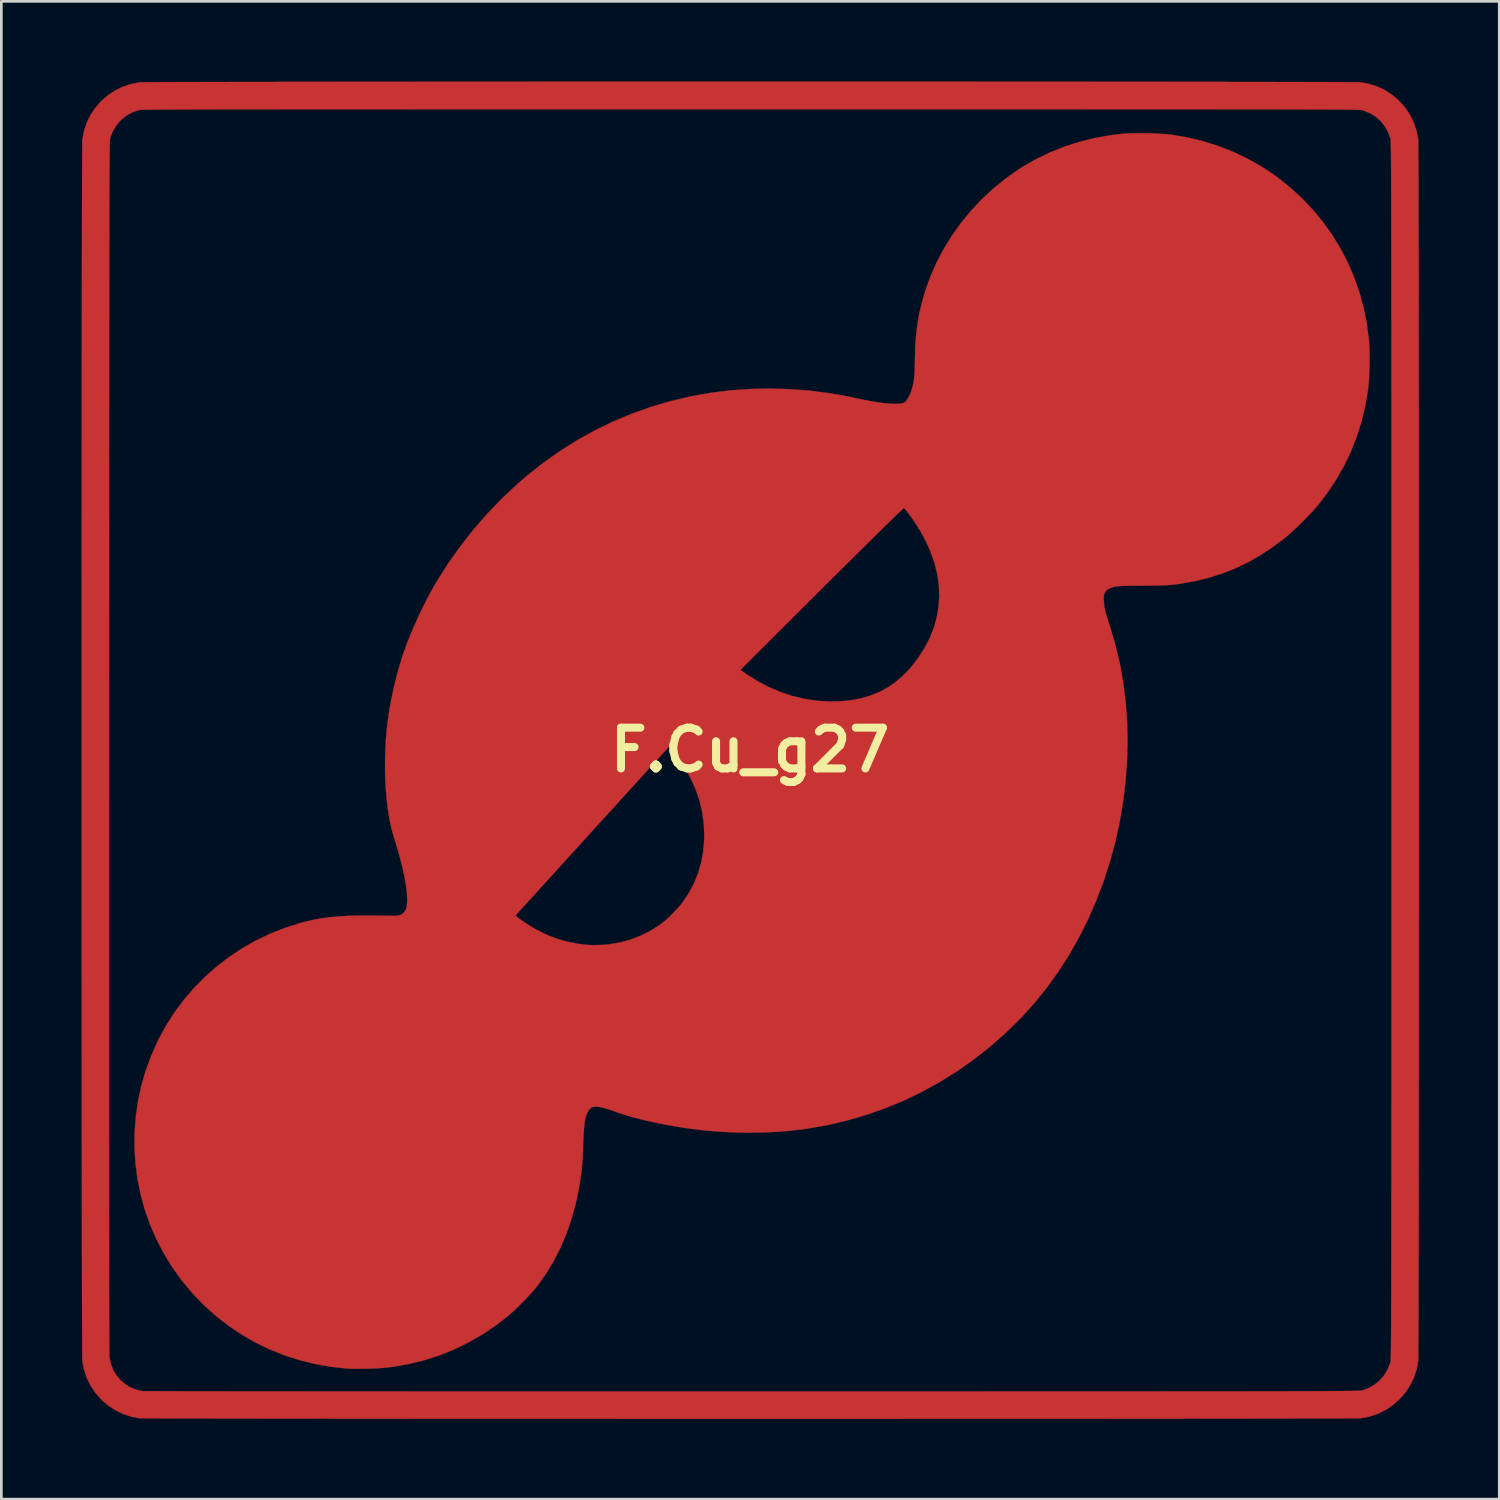
<source format=kicad_pcb>
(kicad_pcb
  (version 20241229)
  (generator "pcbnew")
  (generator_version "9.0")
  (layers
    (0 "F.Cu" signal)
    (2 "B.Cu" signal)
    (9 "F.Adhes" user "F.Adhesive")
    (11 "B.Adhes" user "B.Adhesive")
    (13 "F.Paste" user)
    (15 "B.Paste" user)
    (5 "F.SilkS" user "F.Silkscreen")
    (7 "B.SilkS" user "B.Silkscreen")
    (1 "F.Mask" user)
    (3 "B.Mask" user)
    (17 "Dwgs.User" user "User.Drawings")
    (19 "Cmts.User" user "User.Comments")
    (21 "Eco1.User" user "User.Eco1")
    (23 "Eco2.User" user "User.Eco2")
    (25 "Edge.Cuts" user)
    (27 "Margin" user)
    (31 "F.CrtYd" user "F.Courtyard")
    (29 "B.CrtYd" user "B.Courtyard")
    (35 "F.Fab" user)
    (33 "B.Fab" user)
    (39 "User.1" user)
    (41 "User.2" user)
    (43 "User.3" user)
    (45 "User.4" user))
  (footprint "F.Cu_g27"
    (layer "F.Cu")
    (at 25.004 25.004)
    (property "Reference" "F.Cu_g27" (at 0 0 0) (layer "F.SilkS") (effects (font (size 1.524 1.524) (thickness 0.3))))
    (attr through_hole)
    (fp_poly (pts (xy 14.667 -23.069) (xy 14.88 -23.066) (xy 15.09 -23.061) (xy 15.29 -23.053) (xy 15.472 -23.043) (xy 15.626 -23.031) (xy 15.727 -23.02) (xy 16.331 -22.919) (xy 16.919 -22.779) (xy 17.492 -22.601) (xy 18.046 -22.387) (xy 18.58 -22.135) (xy 19.094 -21.848) (xy 19.585 -21.526) (xy 19.763 -21.396) (xy 20.235 -21.016) (xy 20.675 -20.609) (xy 21.082 -20.176) (xy 21.456 -19.718) (xy 21.796 -19.238) (xy 22.101 -18.735) (xy 22.37 -18.212) (xy 22.602 -17.671) (xy 22.797 -17.112) (xy 22.954 -16.536) (xy 23.072 -15.947) (xy 23.151 -15.343) (xy 23.158 -15.263) (xy 23.168 -15.105) (xy 23.174 -14.914) (xy 23.176 -14.7) (xy 23.174 -14.474) (xy 23.168 -14.243) (xy 23.159 -14.017) (xy 23.148 -13.806) (xy 23.133 -13.619) (xy 23.116 -13.473) (xy 23.014 -12.869) (xy 22.874 -12.285) (xy 22.696 -11.72) (xy 22.48 -11.172) (xy 22.226 -10.64) (xy 21.932 -10.124) (xy 21.598 -9.622) (xy 21.297 -9.223) (xy 21.179 -9.082) (xy 21.036 -8.923) (xy 20.875 -8.751) (xy 20.703 -8.575) (xy 20.528 -8.401) (xy 20.356 -8.238) (xy 20.194 -8.091) (xy 20.051 -7.968) (xy 20.024 -7.946) (xy 19.565 -7.601) (xy 19.105 -7.295) (xy 18.638 -7.029) (xy 18.162 -6.799) (xy 17.672 -6.605) (xy 17.165 -6.445) (xy 16.634 -6.316) (xy 16.078 -6.218) (xy 15.864 -6.188) (xy 15.776 -6.179) (xy 15.675 -6.171) (xy 15.557 -6.164) (xy 15.416 -6.159) (xy 15.25 -6.155) (xy 15.052 -6.152) (xy 14.819 -6.149) (xy 14.69 -6.148) (xy 14.45 -6.147) (xy 14.249 -6.145) (xy 14.081 -6.142) (xy 13.943 -6.137) (xy 13.83 -6.131) (xy 13.738 -6.123) (xy 13.663 -6.113) (xy 13.6 -6.1) (xy 13.546 -6.083) (xy 13.496 -6.063) (xy 13.445 -6.04) (xy 13.441 -6.038) (xy 13.363 -5.992) (xy 13.311 -5.942) (xy 13.275 -5.884) (xy 13.253 -5.837) (xy 13.239 -5.794) (xy 13.233 -5.742) (xy 13.232 -5.67) (xy 13.237 -5.567) (xy 13.237 -5.567) (xy 13.243 -5.476) (xy 13.253 -5.387) (xy 13.269 -5.293) (xy 13.292 -5.19) (xy 13.324 -5.07) (xy 13.366 -4.928) (xy 13.419 -4.758) (xy 13.482 -4.561) (xy 13.678 -3.896) (xy 13.839 -3.21) (xy 13.964 -2.505) (xy 14.053 -1.785) (xy 14.105 -1.051) (xy 14.122 -0.306) (xy 14.102 0.447) (xy 14.045 1.206) (xy 13.957 1.926) (xy 13.827 2.698) (xy 13.66 3.458) (xy 13.457 4.204) (xy 13.219 4.934) (xy 12.947 5.647) (xy 12.642 6.34) (xy 12.305 7.012) (xy 11.937 7.661) (xy 11.538 8.284) (xy 11.11 8.881) (xy 10.653 9.449) (xy 10.169 9.986) (xy 10.095 10.062) (xy 9.538 10.605) (xy 8.958 11.114) (xy 8.356 11.587) (xy 7.733 12.024) (xy 7.089 12.424) (xy 6.427 12.788) (xy 5.747 13.115) (xy 5.05 13.403) (xy 4.337 13.653) (xy 3.61 13.864) (xy 2.87 14.036) (xy 2.117 14.167) (xy 1.492 14.244) (xy 1.012 14.283) (xy 0.503 14.306) (xy -0.022 14.314) (xy -0.554 14.305) (xy -1.081 14.281) (xy -1.593 14.241) (xy -1.662 14.234) (xy -2.048 14.19) (xy -2.444 14.135) (xy -2.842 14.071) (xy -3.237 13.999) (xy -3.621 13.921) (xy -3.99 13.837) (xy -4.336 13.749) (xy -4.653 13.658) (xy -4.936 13.566) (xy -4.99 13.546) (xy -5.211 13.468) (xy -5.397 13.409) (xy -5.553 13.368) (xy -5.682 13.345) (xy -5.787 13.339) (xy -5.872 13.352) (xy -5.941 13.381) (xy -5.996 13.428) (xy -6.034 13.479) (xy -6.076 13.551) (xy -6.111 13.628) (xy -6.14 13.715) (xy -6.165 13.816) (xy -6.186 13.935) (xy -6.202 14.077) (xy -6.216 14.246) (xy -6.228 14.446) (xy -6.238 14.681) (xy -6.244 14.848) (xy -6.254 15.103) (xy -6.266 15.339) (xy -6.281 15.548) (xy -6.297 15.726) (xy -6.307 15.812) (xy -6.405 16.432) (xy -6.532 17.022) (xy -6.689 17.585) (xy -6.877 18.121) (xy -7.095 18.631) (xy -7.345 19.119) (xy -7.627 19.584) (xy -7.943 20.028) (xy -7.972 20.066) (xy -8.064 20.179) (xy -8.182 20.313) (xy -8.318 20.461) (xy -8.465 20.614) (xy -8.616 20.766) (xy -8.764 20.911) (xy -8.903 21.04) (xy -9.024 21.146) (xy -9.028 21.149) (xy -9.507 21.523) (xy -10.006 21.859) (xy -10.524 22.158) (xy -11.059 22.419) (xy -11.611 22.641) (xy -12.178 22.824) (xy -12.759 22.967) (xy -13.352 23.071) (xy -13.622 23.104) (xy -13.783 23.118) (xy -13.972 23.129) (xy -14.179 23.138) (xy -14.393 23.144) (xy -14.604 23.146) (xy -14.802 23.145) (xy -14.975 23.141) (xy -15.081 23.135) (xy -15.686 23.07) (xy -16.279 22.965) (xy -16.858 22.821) (xy -17.422 22.639) (xy -17.97 22.419) (xy -18.499 22.163) (xy -19.008 21.871) (xy -19.496 21.544) (xy -19.961 21.183) (xy -20.402 20.789) (xy -20.817 20.362) (xy -21.206 19.903) (xy -21.318 19.758) (xy -21.658 19.273) (xy -21.961 18.77) (xy -22.226 18.25) (xy -22.454 17.717) (xy -22.644 17.171) (xy -22.796 16.614) (xy -22.91 16.05) (xy -22.985 15.48) (xy -23.022 14.906) (xy -23.02 14.33) (xy -22.979 13.754) (xy -22.899 13.18) (xy -22.78 12.611) (xy -22.621 12.048) (xy -22.422 11.493) (xy -22.184 10.949) (xy -22.119 10.816) (xy -21.837 10.299) (xy -21.52 9.805) (xy -21.171 9.337) (xy -20.791 8.895) (xy -20.382 8.482) (xy -19.945 8.097) (xy -19.483 7.743) (xy -18.997 7.421) (xy -18.489 7.132) (xy -17.961 6.878) (xy -17.413 6.661) (xy -16.848 6.48) (xy -16.605 6.416) (xy -16.365 6.36) (xy -16.121 6.313) (xy -15.869 6.274) (xy -15.604 6.243) (xy -15.322 6.22) (xy -15.018 6.203) (xy -14.69 6.194) (xy -14.331 6.191) (xy -13.938 6.195) (xy -13.6 6.202) (xy -13.429 6.205) (xy -13.295 6.203) (xy -13.191 6.195) (xy -13.153 6.188) (xy -8.771 6.188) (xy -8.688 6.261) (xy -8.61 6.322) (xy -8.504 6.398) (xy -8.379 6.483) (xy -8.243 6.57) (xy -8.105 6.654) (xy -7.975 6.729) (xy -7.878 6.781) (xy -7.533 6.942) (xy -7.189 7.071) (xy -6.835 7.171) (xy -6.462 7.244) (xy -6.117 7.288) (xy -5.99 7.296) (xy -5.834 7.299) (xy -5.663 7.296) (xy -5.492 7.288) (xy -5.333 7.276) (xy -5.283 7.271) (xy -4.877 7.203) (xy -4.483 7.097) (xy -4.104 6.953) (xy -3.744 6.775) (xy -3.406 6.562) (xy -3.195 6.402) (xy -3.092 6.311) (xy -2.972 6.198) (xy -2.847 6.071) (xy -2.724 5.94) (xy -2.614 5.815) (xy -2.526 5.707) (xy -2.517 5.694) (xy -2.286 5.348) (xy -2.094 4.985) (xy -1.94 4.605) (xy -1.825 4.209) (xy -1.749 3.797) (xy -1.713 3.37) (xy -1.709 3.196) (xy -1.729 2.749) (xy -1.789 2.313) (xy -1.891 1.888) (xy -2.033 1.473) (xy -2.191 1.119) (xy -2.299 0.91) (xy -2.404 0.723) (xy -2.516 0.546) (xy -2.64 0.369) (xy -2.784 0.18) (xy -2.871 0.071) (xy -3.028 -0.122) (xy -3.14 -0.003) (xy -3.166 0.025) (xy -3.218 0.082) (xy -3.297 0.168) (xy -3.399 0.28) (xy -3.524 0.417) (xy -3.67 0.577) (xy -3.836 0.76) (xy -4.02 0.962) (xy -4.221 1.183) (xy -4.438 1.421) (xy -4.669 1.675) (xy -4.912 1.943) (xy -5.167 2.223) (xy -5.431 2.513) (xy -5.703 2.813) (xy -5.983 3.12) (xy -6.012 3.152) (xy -8.771 6.188) (xy -13.153 6.188) (xy -13.11 6.18) (xy -13.046 6.155) (xy -12.994 6.121) (xy -12.946 6.076) (xy -12.935 6.063) (xy -12.888 5.998) (xy -12.855 5.922) (xy -12.835 5.825) (xy -12.825 5.702) (xy -12.823 5.577) (xy -12.835 5.333) (xy -12.869 5.053) (xy -12.925 4.738) (xy -13.002 4.388) (xy -13.1 4.004) (xy -13.22 3.586) (xy -13.325 3.247) (xy -13.411 2.936) (xy -13.485 2.59) (xy -13.546 2.213) (xy -13.593 1.812) (xy -13.627 1.39) (xy -13.647 0.954) (xy -13.652 0.507) (xy -13.643 0.057) (xy -13.619 -0.394) (xy -13.58 -0.839) (xy -13.578 -0.857) (xy -13.514 -1.342) (xy -13.427 -1.846) (xy -13.318 -2.358) (xy -13.192 -2.865) (xy -13.154 -2.995) (xy -0.36 -2.995) (xy -0.116 -2.826) (xy 0.285 -2.572) (xy 0.703 -2.353) (xy 1.135 -2.17) (xy 1.579 -2.023) (xy 2.03 -1.914) (xy 2.485 -1.844) (xy 2.941 -1.813) (xy 3.395 -1.822) (xy 3.721 -1.854) (xy 4.116 -1.924) (xy 4.486 -2.028) (xy 4.831 -2.166) (xy 5.154 -2.339) (xy 5.457 -2.549) (xy 5.741 -2.795) (xy 6.007 -3.078) (xy 6.026 -3.101) (xy 6.299 -3.454) (xy 6.532 -3.817) (xy 6.724 -4.189) (xy 6.875 -4.568) (xy 6.985 -4.954) (xy 7.053 -5.347) (xy 7.081 -5.745) (xy 7.066 -6.147) (xy 7.009 -6.554) (xy 6.993 -6.634) (xy 6.893 -7.02) (xy 6.755 -7.411) (xy 6.582 -7.801) (xy 6.376 -8.185) (xy 6.143 -8.551) (xy 6.059 -8.671) (xy 5.978 -8.783) (xy 5.904 -8.881) (xy 5.84 -8.961) (xy 5.791 -9.018) (xy 5.761 -9.046) (xy 5.755 -9.049) (xy 5.735 -9.034) (xy 5.686 -8.99) (xy 5.609 -8.918) (xy 5.505 -8.818) (xy 5.375 -8.693) (xy 5.219 -8.541) (xy 5.039 -8.365) (xy 4.836 -8.166) (xy 4.61 -7.943) (xy 4.363 -7.699) (xy 4.095 -7.434) (xy 3.807 -7.149) (xy 3.5 -6.844) (xy 3.175 -6.522) (xy 2.833 -6.182) (xy 2.476 -5.825) (xy 2.102 -5.453) (xy 1.792 -5.143) (xy -0.36 -2.995) (xy -13.154 -2.995) (xy -13.051 -3.354) (xy -12.952 -3.655) (xy -12.832 -3.985) (xy -12.691 -4.338) (xy -12.534 -4.704) (xy -12.366 -5.074) (xy -12.19 -5.437) (xy -12.011 -5.784) (xy -11.835 -6.104) (xy -11.747 -6.255) (xy -11.316 -6.938) (xy -10.849 -7.599) (xy -10.351 -8.234) (xy -9.822 -8.842) (xy -9.264 -9.421) (xy -8.679 -9.968) (xy -8.34 -10.26) (xy -7.734 -10.74) (xy -7.106 -11.184) (xy -6.459 -11.59) (xy -5.793 -11.959) (xy -5.109 -12.29) (xy -4.409 -12.583) (xy -3.693 -12.837) (xy -2.963 -13.052) (xy -2.22 -13.227) (xy -1.464 -13.361) (xy -0.751 -13.45) (xy -0.02 -13.503) (xy 0.722 -13.519) (xy 1.468 -13.499) (xy 2.211 -13.443) (xy 2.945 -13.351) (xy 3.663 -13.223) (xy 3.885 -13.176) (xy 4.223 -13.104) (xy 4.534 -13.045) (xy 4.815 -13) (xy 5.066 -12.968) (xy 5.285 -12.95) (xy 5.47 -12.945) (xy 5.62 -12.954) (xy 5.732 -12.977) (xy 5.778 -12.996) (xy 5.826 -13.038) (xy 5.881 -13.111) (xy 5.938 -13.206) (xy 5.99 -13.315) (xy 6.034 -13.427) (xy 6.04 -13.445) (xy 6.074 -13.559) (xy 6.101 -13.667) (xy 6.122 -13.778) (xy 6.139 -13.897) (xy 6.151 -14.031) (xy 6.16 -14.187) (xy 6.166 -14.372) (xy 6.17 -14.591) (xy 6.17 -14.605) (xy 6.178 -14.959) (xy 6.194 -15.28) (xy 6.219 -15.577) (xy 6.253 -15.86) (xy 6.298 -16.138) (xy 6.354 -16.42) (xy 6.404 -16.634) (xy 6.558 -17.183) (xy 6.753 -17.721) (xy 6.985 -18.246) (xy 7.255 -18.755) (xy 7.559 -19.247) (xy 7.896 -19.719) (xy 8.266 -20.168) (xy 8.665 -20.594) (xy 9.093 -20.993) (xy 9.548 -21.364) (xy 10.028 -21.703) (xy 10.202 -21.815) (xy 10.698 -22.099) (xy 11.217 -22.35) (xy 11.756 -22.565) (xy 12.312 -22.745) (xy 12.882 -22.888) (xy 13.461 -22.993) (xy 13.966 -23.052) (xy 14.102 -23.061) (xy 14.27 -23.066) (xy 14.461 -23.069) (xy 14.667 -23.069)) (stroke (width 0.01) (type solid)) (fill yes) (layer "F.Cu"))
    (fp_poly (pts (xy 0.975 -24.999) (xy 1.828 -24.999) (xy 2.678 -24.999) (xy 3.525 -24.999) (xy 4.368 -24.999) (xy 5.205 -24.999) (xy 6.036 -24.999) (xy 6.859 -24.998) (xy 7.674 -24.998) (xy 8.479 -24.998) (xy 9.273 -24.997) (xy 10.055 -24.997) (xy 10.825 -24.997) (xy 11.58 -24.996) (xy 12.32 -24.996) (xy 13.045 -24.995) (xy 13.752 -24.995) (xy 14.441 -24.994) (xy 15.111 -24.994) (xy 15.761 -24.993) (xy 16.389 -24.992) (xy 16.994 -24.992) (xy 17.577 -24.991) (xy 18.134 -24.99) (xy 18.666 -24.989) (xy 19.172 -24.989) (xy 19.649 -24.988) (xy 20.098 -24.987) (xy 20.517 -24.986) (xy 20.905 -24.985) (xy 21.261 -24.984) (xy 21.584 -24.983) (xy 21.873 -24.982) (xy 22.127 -24.981) (xy 22.344 -24.98) (xy 22.524 -24.979) (xy 22.666 -24.978) (xy 22.768 -24.977) (xy 22.83 -24.975) (xy 22.849 -24.974) (xy 23.166 -24.915) (xy 23.469 -24.815) (xy 23.755 -24.678) (xy 24.023 -24.502) (xy 24.27 -24.291) (xy 24.292 -24.269) (xy 24.504 -24.028) (xy 24.682 -23.765) (xy 24.823 -23.481) (xy 24.927 -23.18) (xy 24.991 -22.865) (xy 24.996 -22.828) (xy 24.997 -22.797) (xy 24.998 -22.725) (xy 24.999 -22.612) (xy 25 -22.46) (xy 25.001 -22.27) (xy 25.002 -22.043) (xy 25.004 -21.78) (xy 25.005 -21.482) (xy 25.006 -21.151) (xy 25.006 -20.786) (xy 25.007 -20.39) (xy 25.008 -19.963) (xy 25.009 -19.507) (xy 25.01 -19.022) (xy 25.011 -18.51) (xy 25.012 -17.971) (xy 25.012 -17.407) (xy 25.013 -16.818) (xy 25.014 -16.207) (xy 25.014 -15.573) (xy 25.015 -14.918) (xy 25.015 -14.243) (xy 25.016 -13.549) (xy 25.017 -12.837) (xy 25.017 -12.109) (xy 25.017 -11.364) (xy 25.018 -10.605) (xy 25.018 -9.832) (xy 25.019 -9.047) (xy 25.019 -8.25) (xy 25.019 -7.442) (xy 25.02 -6.625) (xy 25.02 -5.8) (xy 25.02 -4.968) (xy 25.02 -4.129) (xy 25.02 -3.285) (xy 25.02 -2.437) (xy 25.02 -1.586) (xy 25.02 -0.733) (xy 25.02 0.121) (xy 25.02 0.975) (xy 25.02 1.828) (xy 25.02 2.678) (xy 25.02 3.525) (xy 25.02 4.368) (xy 25.02 5.205) (xy 25.02 6.036) (xy 25.019 6.859) (xy 25.019 7.674) (xy 25.019 8.479) (xy 25.019 9.273) (xy 25.018 10.055) (xy 25.018 10.825) (xy 25.017 11.58) (xy 25.017 12.32) (xy 25.016 13.045) (xy 25.016 13.752) (xy 25.015 14.441) (xy 25.015 15.111) (xy 25.014 15.761) (xy 25.013 16.389) (xy 25.013 16.994) (xy 25.012 17.577) (xy 25.011 18.134) (xy 25.011 18.666) (xy 25.01 19.172) (xy 25.009 19.649) (xy 25.008 20.098) (xy 25.007 20.517) (xy 25.006 20.905) (xy 25.005 21.261) (xy 25.004 21.584) (xy 25.003 21.873) (xy 25.002 22.127) (xy 25.001 22.344) (xy 25 22.524) (xy 24.999 22.666) (xy 24.998 22.768) (xy 24.996 22.83) (xy 24.996 22.849) (xy 24.936 23.166) (xy 24.837 23.468) (xy 24.699 23.753) (xy 24.524 24.02) (xy 24.313 24.266) (xy 24.29 24.29) (xy 24.046 24.504) (xy 23.781 24.683) (xy 23.497 24.825) (xy 23.197 24.928) (xy 22.882 24.991) (xy 22.849 24.996) (xy 22.82 24.997) (xy 22.748 24.998) (xy 22.637 24.999) (xy 22.487 25) (xy 22.298 25.001) (xy 22.073 25.002) (xy 21.811 25.002) (xy 21.515 25.003) (xy 21.184 25.004) (xy 20.821 25.005) (xy 20.426 25.006) (xy 20.001 25.007) (xy 19.546 25.007) (xy 19.062 25.008) (xy 18.551 25.009) (xy 18.014 25.009) (xy 17.451 25.01) (xy 16.863 25.011) (xy 16.253 25.011) (xy 15.62 25.012) (xy 14.966 25.012) (xy 14.293 25.013) (xy 13.6 25.013) (xy 12.889 25.014) (xy 12.161 25.014) (xy 11.418 25.014) (xy 10.659 25.015) (xy 9.887 25.015) (xy 9.103 25.015) (xy 8.307 25.016) (xy 7.5 25.016) (xy 6.684 25.016) (xy 5.859 25.016) (xy 5.027 25.017) (xy 4.189 25.017) (xy 3.345 25.017) (xy 2.498 25.017) (xy 1.647 25.017) (xy 0.794 25.017) (xy -0.06 25.017) (xy -0.914 25.017) (xy -1.766 25.017) (xy -2.617 25.017) (xy -3.464 25.017) (xy -4.307 25.017) (xy -5.144 25.016) (xy -5.975 25.016) (xy -6.799 25.016) (xy -7.613 25.016) (xy -8.419 25.016) (xy -9.213 25.015) (xy -9.996 25.015) (xy -10.767 25.015) (xy -11.523 25.014) (xy -12.264 25.014) (xy -12.99 25.013) (xy -13.698 25.013) (xy -14.388 25.012) (xy -15.059 25.012) (xy -15.71 25.011) (xy -16.34 25.011) (xy -16.947 25.01) (xy -17.531 25.01) (xy -18.09 25.009) (xy -18.624 25.008) (xy -19.132 25.008) (xy -19.611 25.007) (xy -20.062 25.006) (xy -20.484 25.005) (xy -20.874 25.005) (xy -21.233 25.004) (xy -21.558 25.003) (xy -21.85 25.002) (xy -22.106 25.001) (xy -22.327 25) (xy -22.51 24.999) (xy -22.655 24.998) (xy -22.761 24.997) (xy -22.826 24.996) (xy -22.849 24.995) (xy -23.147 24.937) (xy -23.438 24.84) (xy -23.718 24.706) (xy -23.979 24.539) (xy -24.217 24.342) (xy -24.269 24.291) (xy -24.484 24.046) (xy -24.663 23.78) (xy -24.804 23.496) (xy -24.907 23.195) (xy -24.97 22.88) (xy -24.974 22.849) (xy -24.976 22.818) (xy -24.977 22.746) (xy -24.978 22.633) (xy -24.979 22.481) (xy -24.98 22.291) (xy -24.981 22.064) (xy -24.982 21.801) (xy -24.983 21.504) (xy -24.984 21.172) (xy -24.985 20.808) (xy -24.986 20.411) (xy -24.987 19.985) (xy -24.988 19.528) (xy -24.989 19.043) (xy -24.99 18.531) (xy -24.99 17.992) (xy -24.991 17.428) (xy -24.992 16.84) (xy -24.992 16.228) (xy -24.993 15.594) (xy -24.994 14.939) (xy -24.994 14.264) (xy -24.995 13.57) (xy -24.995 12.859) (xy -24.996 12.13) (xy -24.996 11.386) (xy -24.997 10.626) (xy -24.997 9.853) (xy -24.997 9.068) (xy -24.998 8.58) (xy -23.978 8.58) (xy -23.978 9.652) (xy -23.978 10.682) (xy -23.978 11.67) (xy -23.978 12.615) (xy -23.978 13.518) (xy -23.978 14.379) (xy -23.977 15.197) (xy -23.977 15.974) (xy -23.977 16.708) (xy -23.976 17.4) (xy -23.976 18.049) (xy -23.975 18.656) (xy -23.974 19.221) (xy -23.974 19.744) (xy -23.973 20.224) (xy -23.972 20.662) (xy -23.971 21.058) (xy -23.97 21.412) (xy -23.969 21.723) (xy -23.968 21.992) (xy -23.967 22.219) (xy -23.966 22.403) (xy -23.965 22.545) (xy -23.964 22.644) (xy -23.963 22.702) (xy -23.962 22.716) (xy -23.91 22.957) (xy -23.823 23.181) (xy -23.702 23.385) (xy -23.552 23.565) (xy -23.375 23.718) (xy -23.175 23.841) (xy -22.955 23.93) (xy -22.736 23.98) (xy -22.71 23.981) (xy -22.642 23.982) (xy -22.534 23.983) (xy -22.386 23.983) (xy -22.199 23.984) (xy -21.974 23.985) (xy -21.712 23.985) (xy -21.414 23.986) (xy -21.081 23.987) (xy -20.713 23.987) (xy -20.311 23.988) (xy -19.877 23.988) (xy -19.41 23.989) (xy -18.913 23.99) (xy -18.386 23.99) (xy -17.829 23.991) (xy -17.244 23.991) (xy -16.632 23.991) (xy -15.992 23.992) (xy -15.328 23.992) (xy -14.638 23.993) (xy -13.924 23.993) (xy -13.187 23.993) (xy -12.427 23.994) (xy -11.647 23.994) (xy -10.845 23.994) (xy -10.024 23.994) (xy -9.184 23.995) (xy -8.327 23.995) (xy -7.452 23.995) (xy -6.561 23.995) (xy -5.655 23.995) (xy -4.734 23.995) (xy -3.799 23.995) (xy -2.852 23.995) (xy -1.893 23.995) (xy -0.924 23.995) (xy 0.056 23.995) (xy 0.085 23.995) (xy 1.265 23.995) (xy 2.404 23.995) (xy 3.503 23.994) (xy 4.561 23.994) (xy 5.58 23.994) (xy 6.56 23.994) (xy 7.502 23.994) (xy 8.408 23.994) (xy 9.277 23.993) (xy 10.11 23.993) (xy 10.909 23.993) (xy 11.673 23.993) (xy 12.404 23.993) (xy 13.103 23.992) (xy 13.769 23.992) (xy 14.405 23.992) (xy 15.01 23.992) (xy 15.586 23.991) (xy 16.132 23.991) (xy 16.651 23.991) (xy 17.142 23.99) (xy 17.607 23.99) (xy 18.046 23.989) (xy 18.459 23.989) (xy 18.849 23.988) (xy 19.214 23.988) (xy 19.557 23.987) (xy 19.878 23.987) (xy 20.177 23.986) (xy 20.456 23.985) (xy 20.715 23.985) (xy 20.955 23.984) (xy 21.176 23.983) (xy 21.38 23.982) (xy 21.567 23.981) (xy 21.738 23.98) (xy 21.893 23.979) (xy 22.034 23.978) (xy 22.161 23.977) (xy 22.275 23.976) (xy 22.376 23.975) (xy 22.466 23.974) (xy 22.545 23.973) (xy 22.614 23.971) (xy 22.673 23.97) (xy 22.724 23.969) (xy 22.767 23.967) (xy 22.803 23.965) (xy 22.832 23.964) (xy 22.856 23.962) (xy 22.875 23.96) (xy 22.889 23.959) (xy 22.901 23.957) (xy 22.909 23.955) (xy 22.913 23.954) (xy 23.154 23.86) (xy 23.37 23.734) (xy 23.56 23.577) (xy 23.719 23.391) (xy 23.847 23.18) (xy 23.941 22.945) (xy 23.954 22.902) (xy 23.956 22.894) (xy 23.958 22.884) (xy 23.96 22.871) (xy 23.962 22.854) (xy 23.963 22.833) (xy 23.965 22.806) (xy 23.967 22.774) (xy 23.968 22.735) (xy 23.97 22.689) (xy 23.971 22.634) (xy 23.972 22.571) (xy 23.974 22.498) (xy 23.975 22.414) (xy 23.976 22.32) (xy 23.977 22.213) (xy 23.978 22.094) (xy 23.979 21.962) (xy 23.98 21.815) (xy 23.981 21.654) (xy 23.982 21.477) (xy 23.983 21.283) (xy 23.984 21.073) (xy 23.984 20.844) (xy 23.985 20.597) (xy 23.986 20.33) (xy 23.986 20.044) (xy 23.987 19.736) (xy 23.987 19.407) (xy 23.988 19.056) (xy 23.988 18.681) (xy 23.989 18.283) (xy 23.989 17.859) (xy 23.99 17.411) (xy 23.99 16.936) (xy 23.99 16.435) (xy 23.991 15.906) (xy 23.991 15.349) (xy 23.991 14.762) (xy 23.991 14.146) (xy 23.991 13.499) (xy 23.992 12.82) (xy 23.992 12.11) (xy 23.992 11.367) (xy 23.992 10.59) (xy 23.992 9.779) (xy 23.992 8.932) (xy 23.992 8.05) (xy 23.992 7.131) (xy 23.992 6.175) (xy 23.992 5.181) (xy 23.992 4.148) (xy 23.992 3.076) (xy 23.992 1.963) (xy 23.992 0.809) (xy 23.992 0.011) (xy 23.992 -1.171) (xy 23.992 -2.312) (xy 23.992 -3.411) (xy 23.992 -4.471) (xy 23.992 -5.491) (xy 23.992 -6.473) (xy 23.992 -7.416) (xy 23.992 -8.323) (xy 23.992 -9.193) (xy 23.992 -10.028) (xy 23.992 -10.828) (xy 23.992 -11.593) (xy 23.992 -12.326) (xy 23.992 -13.026) (xy 23.991 -13.694) (xy 23.991 -14.33) (xy 23.991 -14.937) (xy 23.991 -15.514) (xy 23.99 -16.062) (xy 23.99 -16.582) (xy 23.99 -17.074) (xy 23.99 -17.54) (xy 23.989 -17.98) (xy 23.989 -18.395) (xy 23.988 -18.786) (xy 23.988 -19.153) (xy 23.987 -19.497) (xy 23.987 -19.819) (xy 23.986 -20.119) (xy 23.985 -20.399) (xy 23.985 -20.659) (xy 23.984 -20.9) (xy 23.983 -21.123) (xy 23.983 -21.327) (xy 23.982 -21.516) (xy 23.981 -21.687) (xy 23.98 -21.844) (xy 23.979 -21.986) (xy 23.978 -22.114) (xy 23.977 -22.229) (xy 23.976 -22.331) (xy 23.974 -22.422) (xy 23.973 -22.502) (xy 23.972 -22.572) (xy 23.97 -22.632) (xy 23.969 -22.684) (xy 23.968 -22.728) (xy 23.966 -22.764) (xy 23.964 -22.794) (xy 23.963 -22.819) (xy 23.961 -22.839) (xy 23.959 -22.854) (xy 23.957 -22.866) (xy 23.955 -22.876) (xy 23.954 -22.881) (xy 23.866 -23.119) (xy 23.744 -23.335) (xy 23.59 -23.525) (xy 23.407 -23.686) (xy 23.198 -23.817) (xy 22.965 -23.914) (xy 22.902 -23.933) (xy 22.894 -23.935) (xy 22.884 -23.937) (xy 22.871 -23.939) (xy 22.854 -23.94) (xy 22.833 -23.942) (xy 22.806 -23.944) (xy 22.774 -23.945) (xy 22.735 -23.947) (xy 22.689 -23.948) (xy 22.634 -23.95) (xy 22.571 -23.951) (xy 22.498 -23.952) (xy 22.414 -23.954) (xy 22.32 -23.955) (xy 22.213 -23.956) (xy 22.094 -23.957) (xy 21.962 -23.958) (xy 21.815 -23.959) (xy 21.654 -23.96) (xy 21.477 -23.961) (xy 21.283 -23.962) (xy 21.073 -23.962) (xy 20.844 -23.963) (xy 20.597 -23.964) (xy 20.33 -23.965) (xy 20.044 -23.965) (xy 19.736 -23.966) (xy 19.407 -23.966) (xy 19.056 -23.967) (xy 18.681 -23.967) (xy 18.283 -23.968) (xy 17.859 -23.968) (xy 17.411 -23.968) (xy 16.936 -23.969) (xy 16.435 -23.969) (xy 15.906 -23.969) (xy 15.349 -23.97) (xy 14.762 -23.97) (xy 14.146 -23.97) (xy 13.499 -23.97) (xy 12.82 -23.97) (xy 12.11 -23.971) (xy 11.367 -23.971) (xy 10.59 -23.971) (xy 9.779 -23.971) (xy 8.932 -23.971) (xy 8.05 -23.971) (xy 7.131 -23.971) (xy 6.175 -23.971) (xy 5.181 -23.971) (xy 4.148 -23.971) (xy 3.076 -23.971) (xy 1.963 -23.971) (xy 0.809 -23.971) (xy 0.011 -23.971) (xy -1.171 -23.971) (xy -2.312 -23.971) (xy -3.411 -23.971) (xy -4.47 -23.971) (xy -5.49 -23.971) (xy -6.472 -23.971) (xy -7.415 -23.971) (xy -8.322 -23.971) (xy -9.192 -23.971) (xy -10.026 -23.971) (xy -10.826 -23.971) (xy -11.592 -23.971) (xy -12.324 -23.971) (xy -13.024 -23.97) (xy -13.691 -23.97) (xy -14.328 -23.97) (xy -14.935 -23.97) (xy -15.511 -23.97) (xy -16.059 -23.969) (xy -16.579 -23.969) (xy -17.071 -23.969) (xy -17.537 -23.968) (xy -17.977 -23.968) (xy -18.392 -23.968) (xy -18.783 -23.967) (xy -19.149 -23.967) (xy -19.493 -23.966) (xy -19.815 -23.966) (xy -20.116 -23.965) (xy -20.396 -23.964) (xy -20.656 -23.964) (xy -20.897 -23.963) (xy -21.119 -23.962) (xy -21.324 -23.961) (xy -21.512 -23.961) (xy -21.684 -23.96) (xy -21.841 -23.959) (xy -21.982 -23.958) (xy -22.111 -23.957) (xy -22.225 -23.956) (xy -22.328 -23.955) (xy -22.419 -23.953) (xy -22.499 -23.952) (xy -22.569 -23.951) (xy -22.629 -23.949) (xy -22.681 -23.948) (xy -22.725 -23.946) (xy -22.762 -23.945) (xy -22.792 -23.943) (xy -22.817 -23.942) (xy -22.837 -23.94) (xy -22.852 -23.938) (xy -22.865 -23.936) (xy -22.875 -23.934) (xy -22.881 -23.932) (xy -23.123 -23.844) (xy -23.339 -23.721) (xy -23.529 -23.567) (xy -23.69 -23.382) (xy -23.822 -23.169) (xy -23.92 -22.93) (xy -23.933 -22.892) (xy -23.935 -22.884) (xy -23.936 -22.874) (xy -23.938 -22.861) (xy -23.94 -22.845) (xy -23.942 -22.823) (xy -23.943 -22.797) (xy -23.945 -22.765) (xy -23.947 -22.725) (xy -23.948 -22.679) (xy -23.95 -22.624) (xy -23.951 -22.559) (xy -23.952 -22.486) (xy -23.953 -22.401) (xy -23.955 -22.306) (xy -23.956 -22.198) (xy -23.957 -22.078) (xy -23.958 -21.944) (xy -23.959 -21.796) (xy -23.96 -21.633) (xy -23.961 -21.454) (xy -23.962 -21.258) (xy -23.963 -21.046) (xy -23.963 -20.815) (xy -23.964 -20.565) (xy -23.965 -20.296) (xy -23.966 -20.007) (xy -23.966 -19.697) (xy -23.967 -19.365) (xy -23.967 -19.011) (xy -23.968 -18.633) (xy -23.969 -18.231) (xy -23.969 -17.804) (xy -23.97 -17.352) (xy -23.97 -16.874) (xy -23.97 -16.369) (xy -23.971 -15.836) (xy -23.971 -15.274) (xy -23.972 -14.683) (xy -23.972 -14.063) (xy -23.972 -13.411) (xy -23.973 -12.728) (xy -23.973 -12.013) (xy -23.973 -11.264) (xy -23.974 -10.482) (xy -23.974 -9.666) (xy -23.974 -8.814) (xy -23.975 -7.926) (xy -23.975 -7.002) (xy -23.975 -6.039) (xy -23.976 -5.039) (xy -23.976 -4) (xy -23.976 -2.921) (xy -23.977 -1.801) (xy -23.977 -0.64) (xy -23.977 -0.106) (xy -23.977 1.262) (xy -23.978 2.587) (xy -23.978 3.87) (xy -23.978 5.111) (xy -23.978 6.31) (xy -23.978 7.466) (xy -23.978 8.58) (xy -24.998 8.58) (xy -24.998 8.271) (xy -24.998 7.464) (xy -24.998 6.647) (xy -24.999 5.821) (xy -24.999 4.989) (xy -24.999 4.15) (xy -24.999 3.306) (xy -24.999 2.458) (xy -24.999 1.607) (xy -24.999 0.754) (xy -24.999 -0.1) (xy -24.999 -0.954) (xy -24.999 -1.807) (xy -24.999 -2.657) (xy -24.999 -3.504) (xy -24.999 -4.347) (xy -24.999 -5.184) (xy -24.999 -6.015) (xy -24.998 -6.838) (xy -24.998 -7.653) (xy -24.998 -8.458) (xy -24.997 -9.252) (xy -24.997 -10.034) (xy -24.997 -10.803) (xy -24.996 -11.559) (xy -24.996 -12.299) (xy -24.995 -13.024) (xy -24.995 -13.731) (xy -24.994 -14.42) (xy -24.994 -15.09) (xy -24.993 -15.739) (xy -24.992 -16.368) (xy -24.992 -16.973) (xy -24.991 -17.556) (xy -24.99 -18.113) (xy -24.989 -18.645) (xy -24.989 -19.151) (xy -24.988 -19.628) (xy -24.987 -20.077) (xy -24.986 -20.496) (xy -24.985 -20.884) (xy -24.984 -21.24) (xy -24.983 -21.563) (xy -24.982 -21.852) (xy -24.981 -22.106) (xy -24.98 -22.323) (xy -24.979 -22.503) (xy -24.978 -22.645) (xy -24.977 -22.747) (xy -24.975 -22.809) (xy -24.974 -22.828) (xy -24.915 -23.145) (xy -24.815 -23.448) (xy -24.678 -23.735) (xy -24.504 -24.002) (xy -24.294 -24.247) (xy -24.27 -24.27) (xy -24.028 -24.484) (xy -23.763 -24.662) (xy -23.478 -24.803) (xy -23.177 -24.906) (xy -22.861 -24.97) (xy -22.828 -24.974) (xy -22.797 -24.976) (xy -22.725 -24.977) (xy -22.612 -24.978) (xy -22.46 -24.979) (xy -22.27 -24.98) (xy -22.043 -24.981) (xy -21.78 -24.982) (xy -21.482 -24.983) (xy -21.151 -24.984) (xy -20.786 -24.985) (xy -20.39 -24.986) (xy -19.963 -24.987) (xy -19.507 -24.988) (xy -19.022 -24.989) (xy -18.51 -24.99) (xy -17.971 -24.99) (xy -17.407 -24.991) (xy -16.818 -24.992) (xy -16.207 -24.992) (xy -15.573 -24.993) (xy -14.918 -24.994) (xy -14.243 -24.994) (xy -13.549 -24.995) (xy -12.837 -24.995) (xy -12.109 -24.996) (xy -11.364 -24.996) (xy -10.605 -24.997) (xy -9.832 -24.997) (xy -9.047 -24.997) (xy -8.25 -24.998) (xy -7.442 -24.998) (xy -6.625 -24.998) (xy -5.8 -24.999) (xy -4.968 -24.999) (xy -4.129 -24.999) (xy -3.285 -24.999) (xy -2.437 -24.999) (xy -1.586 -24.999) (xy -0.733 -24.999) (xy 0.121 -24.999) (xy 0.975 -24.999)) (stroke (width 0.01) (type solid)) (fill yes) (layer "F.Cu")))
  (gr_rect
    (start -3 -3)
    (end 53.03 53.026)
    (stroke (width 0.1) (type default))
    (fill no)
    (layer "Edge.Cuts")))
</source>
